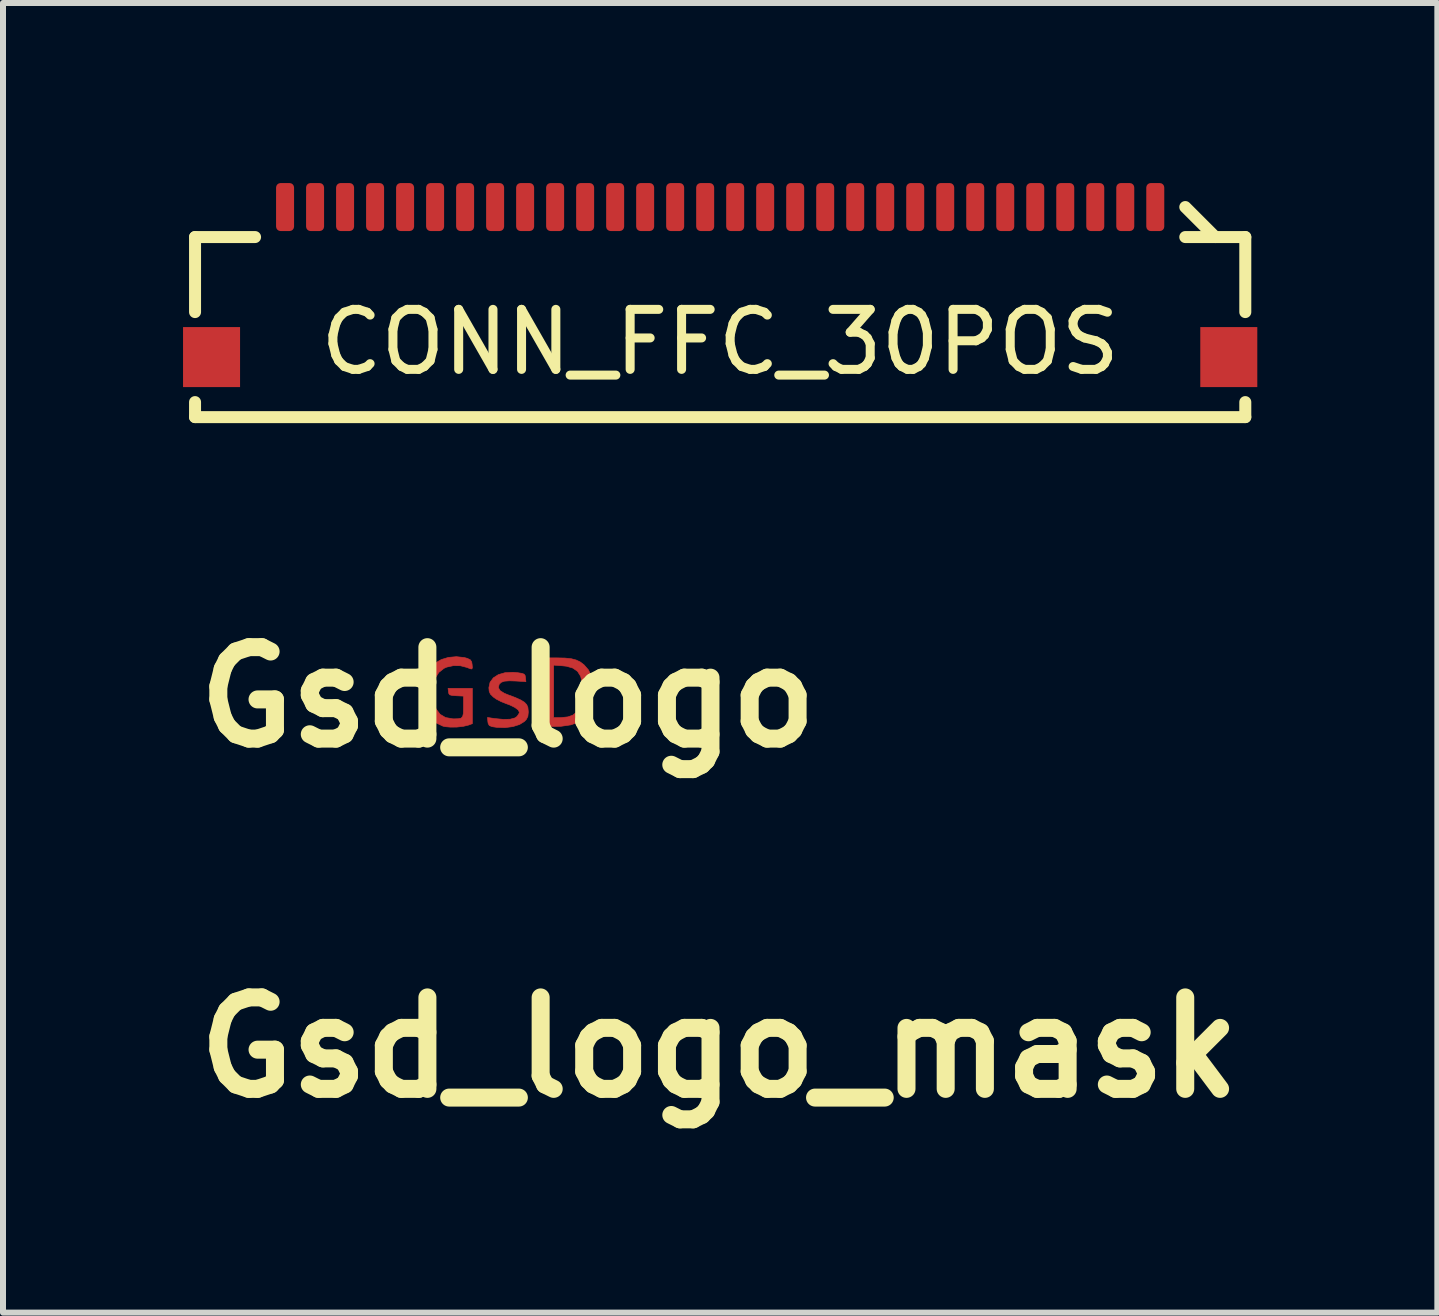
<source format=kicad_pcb>
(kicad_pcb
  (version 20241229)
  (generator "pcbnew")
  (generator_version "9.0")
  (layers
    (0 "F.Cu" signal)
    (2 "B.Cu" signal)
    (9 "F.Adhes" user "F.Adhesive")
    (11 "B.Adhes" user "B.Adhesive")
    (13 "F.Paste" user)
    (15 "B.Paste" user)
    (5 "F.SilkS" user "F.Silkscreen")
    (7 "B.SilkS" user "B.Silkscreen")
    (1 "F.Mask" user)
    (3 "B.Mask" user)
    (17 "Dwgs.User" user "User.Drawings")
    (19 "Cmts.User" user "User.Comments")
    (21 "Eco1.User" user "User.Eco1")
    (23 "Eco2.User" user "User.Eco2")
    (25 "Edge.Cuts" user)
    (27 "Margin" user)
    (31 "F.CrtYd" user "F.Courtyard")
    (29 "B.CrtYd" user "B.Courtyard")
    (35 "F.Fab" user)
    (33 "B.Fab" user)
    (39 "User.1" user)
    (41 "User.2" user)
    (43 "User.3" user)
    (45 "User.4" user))
  (footprint "Gsd_logo_mask"
    (layer "F.Cu")
    (at 8.934 14.404)
    (property "Reference" "Gsd_logo_mask" (at 0 0 0) (layer "F.SilkS") (effects (font (size 1.524 1.524) (thickness 0.3))))
    (attr through_hole)
    (fp_poly (pts (xy 0.799 -0.677) (xy 0.966 -0.671) (xy 1.097 -0.653) (xy 1.2 -0.618) (xy 1.281 -0.566) (xy 1.345 -0.492) (xy 1.375 -0.444) (xy 1.402 -0.388) (xy 1.419 -0.329) (xy 1.429 -0.253) (xy 1.436 -0.148) (xy 1.436 -0.145) (xy 1.435 0.01) (xy 1.418 0.133) (xy 1.381 0.232) (xy 1.323 0.315) (xy 1.296 0.343) (xy 1.227 0.404) (xy 1.163 0.447) (xy 1.092 0.475) (xy 1.005 0.492) (xy 0.891 0.501) (xy 0.82 0.504) (xy 0.572 0.512) (xy 0.572 0.345) (xy 0.762 0.345) (xy 0.892 0.333) (xy 0.986 0.317) (xy 1.058 0.292) (xy 1.076 0.281) (xy 1.137 0.231) (xy 1.177 0.18) (xy 1.201 0.119) (xy 1.214 0.037) (xy 1.217 -0.075) (xy 1.217 -0.092) (xy 1.211 -0.233) (xy 1.19 -0.338) (xy 1.149 -0.412) (xy 1.086 -0.461) (xy 0.995 -0.49) (xy 0.9 -0.503) (xy 0.762 -0.514) (xy 0.762 0.345) (xy 0.572 0.345) (xy 0.572 -0.677) (xy 0.799 -0.677)) (stroke (width 0.01) (type solid)) (fill yes) (layer "F.Mask"))
    (fp_poly (pts (xy -0.71 -0.685) (xy -0.667 -0.674) (xy -0.618 -0.655) (xy -0.592 -0.633) (xy -0.58 -0.595) (xy -0.576 -0.533) (xy -0.569 -0.421) (xy -0.639 -0.458) (xy -0.718 -0.485) (xy -0.831 -0.496) (xy -0.861 -0.497) (xy -0.973 -0.49) (xy -1.055 -0.464) (xy -1.118 -0.413) (xy -1.172 -0.332) (xy -1.18 -0.317) (xy -1.216 -0.215) (xy -1.229 -0.099) (xy -1.223 0.019) (xy -1.197 0.13) (xy -1.154 0.222) (xy -1.095 0.285) (xy -1.093 0.286) (xy -1.018 0.318) (xy -0.925 0.335) (xy -0.836 0.334) (xy -0.816 0.33) (xy -0.789 0.321) (xy -0.772 0.304) (xy -0.765 0.269) (xy -0.762 0.207) (xy -0.762 0.158) (xy -0.762 0) (xy -0.995 0) (xy -0.995 -0.169) (xy -0.572 -0.169) (xy -0.572 0.46) (xy -0.695 0.495) (xy -0.814 0.519) (xy -0.936 0.527) (xy -1.043 0.518) (xy -1.08 0.509) (xy -1.212 0.45) (xy -1.314 0.363) (xy -1.386 0.246) (xy -1.428 0.099) (xy -1.442 -0.074) (xy -1.428 -0.247) (xy -1.387 -0.391) (xy -1.315 -0.508) (xy -1.213 -0.601) (xy -1.171 -0.628) (xy -1.074 -0.667) (xy -0.954 -0.691) (xy -0.827 -0.698) (xy -0.71 -0.685)) (stroke (width 0.01) (type solid)) (fill yes) (layer "F.Mask"))
    (fp_poly (pts (xy 0.155 -0.43) (xy 0.307 -0.413) (xy 0.32 -0.216) (xy 0.239 -0.234) (xy 0.151 -0.248) (xy 0.059 -0.253) (xy -0.024 -0.248) (xy -0.082 -0.234) (xy -0.086 -0.232) (xy -0.12 -0.194) (xy -0.123 -0.146) (xy -0.101 -0.11) (xy -0.068 -0.093) (xy -0.008 -0.069) (xy 0.068 -0.043) (xy 0.072 -0.041) (xy 0.179 0.002) (xy 0.267 0.053) (xy 0.295 0.075) (xy 0.342 0.125) (xy 0.365 0.171) (xy 0.37 0.234) (xy 0.37 0.243) (xy 0.366 0.309) (xy 0.347 0.355) (xy 0.304 0.403) (xy 0.293 0.413) (xy 0.228 0.461) (xy 0.157 0.498) (xy 0.134 0.506) (xy 0.052 0.52) (xy -0.054 0.526) (xy -0.167 0.523) (xy -0.271 0.511) (xy -0.275 0.511) (xy -0.32 0.5) (xy -0.342 0.481) (xy -0.352 0.441) (xy -0.356 0.394) (xy -0.358 0.333) (xy -0.353 0.306) (xy -0.336 0.303) (xy -0.324 0.307) (xy -0.278 0.318) (xy -0.204 0.327) (xy -0.115 0.333) (xy -0.026 0.337) (xy 0.048 0.336) (xy 0.092 0.331) (xy 0.142 0.303) (xy 0.159 0.262) (xy 0.138 0.216) (xy 0.133 0.21) (xy 0.095 0.186) (xy 0.029 0.156) (xy -0.049 0.127) (xy -0.053 0.126) (xy -0.18 0.074) (xy -0.269 0.013) (xy -0.321 -0.061) (xy -0.339 -0.149) (xy -0.339 -0.155) (xy -0.32 -0.255) (xy -0.266 -0.334) (xy -0.181 -0.393) (xy -0.067 -0.427) (xy 0.071 -0.437) (xy 0.155 -0.43)) (stroke (width 0.01) (type solid)) (fill yes) (layer "F.Mask")))
  (footprint "CONN_FFC_30POS"
    (layer "F.Cu")
    (at 8.95 3.9)
    (property "Reference" "CONN_FFC_30POS" (at 0 -1.25 0) (layer "F.SilkS") (effects (font (size 1 1) (thickness 0.15))))
    (attr through_hole)
    (fp_line (start -8.75 -3) (end -7.75 -3) (stroke (width 0.2) (type solid)) (layer "F.SilkS"))
    (fp_line (start -8.75 -1.75) (end -8.75 -3) (stroke (width 0.2) (type solid)) (layer "F.SilkS"))
    (fp_line (start -8.75 -0.25) (end -8.75 0) (stroke (width 0.2) (type solid)) (layer "F.SilkS"))
    (fp_line (start -8.75 0) (end 8.75 0) (stroke (width 0.2) (type solid)) (layer "F.SilkS"))
    (fp_line (start 7.75 -3) (end 8.75 -3) (stroke (width 0.2) (type solid)) (layer "F.SilkS"))
    (fp_line (start 8.25 -3) (end 7.75 -3.5) (stroke (width 0.2) (type solid)) (layer "F.SilkS"))
    (fp_line (start 8.75 -3) (end 8.75 -1.75) (stroke (width 0.2) (type solid)) (layer "F.SilkS"))
    (fp_line (start 8.75 0) (end 8.75 -0.25) (stroke (width 0.2) (type solid)) (layer "F.SilkS"))
    (pad "1" smd roundrect (at 7.25 -3.5 180) (size 0.3 0.8) (layers "F.Cu" "F.Mask" "F.Paste") (roundrect_rratio 0.25))
    (pad "2" smd roundrect (at 6.75 -3.5 180) (size 0.3 0.8) (layers "F.Cu" "F.Mask" "F.Paste") (roundrect_rratio 0.25))
    (pad "3" smd roundrect (at 6.25 -3.5 180) (size 0.3 0.8) (layers "F.Cu" "F.Mask" "F.Paste") (roundrect_rratio 0.25))
    (pad "4" smd roundrect (at 5.75 -3.5 180) (size 0.3 0.8) (layers "F.Cu" "F.Mask" "F.Paste") (roundrect_rratio 0.25))
    (pad "5" smd roundrect (at 5.25 -3.5 180) (size 0.3 0.8) (layers "F.Cu" "F.Mask" "F.Paste") (roundrect_rratio 0.25))
    (pad "6" smd roundrect (at 4.75 -3.5 180) (size 0.3 0.8) (layers "F.Cu" "F.Mask" "F.Paste") (roundrect_rratio 0.25))
    (pad "7" smd roundrect (at 4.25 -3.5 180) (size 0.3 0.8) (layers "F.Cu" "F.Mask" "F.Paste") (roundrect_rratio 0.25))
    (pad "8" smd roundrect (at 3.75 -3.5 180) (size 0.3 0.8) (layers "F.Cu" "F.Mask" "F.Paste") (roundrect_rratio 0.25))
    (pad "9" smd roundrect (at 3.25 -3.5 180) (size 0.3 0.8) (layers "F.Cu" "F.Mask" "F.Paste") (roundrect_rratio 0.25))
    (pad "10" smd roundrect (at 2.75 -3.5 180) (size 0.3 0.8) (layers "F.Cu" "F.Mask" "F.Paste") (roundrect_rratio 0.25))
    (pad "11" smd roundrect (at 2.25 -3.5 180) (size 0.3 0.8) (layers "F.Cu" "F.Mask" "F.Paste") (roundrect_rratio 0.25))
    (pad "12" smd roundrect (at 1.75 -3.5 180) (size 0.3 0.8) (layers "F.Cu" "F.Mask" "F.Paste") (roundrect_rratio 0.25))
    (pad "13" smd roundrect (at 1.25 -3.5 180) (size 0.3 0.8) (layers "F.Cu" "F.Mask" "F.Paste") (roundrect_rratio 0.25))
    (pad "14" smd roundrect (at 0.75 -3.5 180) (size 0.3 0.8) (layers "F.Cu" "F.Mask" "F.Paste") (roundrect_rratio 0.25))
    (pad "15" smd roundrect (at 0.25 -3.5 180) (size 0.3 0.8) (layers "F.Cu" "F.Mask" "F.Paste") (roundrect_rratio 0.25))
    (pad "16" smd roundrect (at -0.25 -3.5 180) (size 0.3 0.8) (layers "F.Cu" "F.Mask" "F.Paste") (roundrect_rratio 0.25))
    (pad "17" smd roundrect (at -0.75 -3.5 180) (size 0.3 0.8) (layers "F.Cu" "F.Mask" "F.Paste") (roundrect_rratio 0.25))
    (pad "18" smd roundrect (at -1.25 -3.5 180) (size 0.3 0.8) (layers "F.Cu" "F.Mask" "F.Paste") (roundrect_rratio 0.25))
    (pad "19" smd roundrect (at -1.75 -3.5 180) (size 0.3 0.8) (layers "F.Cu" "F.Mask" "F.Paste") (roundrect_rratio 0.25))
    (pad "20" smd roundrect (at -2.25 -3.5 180) (size 0.3 0.8) (layers "F.Cu" "F.Mask" "F.Paste") (roundrect_rratio 0.25))
    (pad "21" smd roundrect (at -2.75 -3.5 180) (size 0.3 0.8) (layers "F.Cu" "F.Mask" "F.Paste") (roundrect_rratio 0.25))
    (pad "22" smd roundrect (at -3.25 -3.5 180) (size 0.3 0.8) (layers "F.Cu" "F.Mask" "F.Paste") (roundrect_rratio 0.25))
    (pad "23" smd roundrect (at -3.75 -3.5 180) (size 0.3 0.8) (layers "F.Cu" "F.Mask" "F.Paste") (roundrect_rratio 0.25))
    (pad "24" smd roundrect (at -4.25 -3.5 180) (size 0.3 0.8) (layers "F.Cu" "F.Mask" "F.Paste") (roundrect_rratio 0.25))
    (pad "25" smd roundrect (at -4.75 -3.5 180) (size 0.3 0.8) (layers "F.Cu" "F.Mask" "F.Paste") (roundrect_rratio 0.25))
    (pad "26" smd roundrect (at -5.25 -3.5 180) (size 0.3 0.8) (layers "F.Cu" "F.Mask" "F.Paste") (roundrect_rratio 0.25))
    (pad "27" smd roundrect (at -5.75 -3.5 180) (size 0.3 0.8) (layers "F.Cu" "F.Mask" "F.Paste") (roundrect_rratio 0.25))
    (pad "28" smd roundrect (at -6.25 -3.5 180) (size 0.3 0.8) (layers "F.Cu" "F.Mask" "F.Paste") (roundrect_rratio 0.25))
    (pad "29" smd roundrect (at -6.75 -3.5 180) (size 0.3 0.8) (layers "F.Cu" "F.Mask" "F.Paste") (roundrect_rratio 0.25))
    (pad "30" smd roundrect (at -7.25 -3.5 180) (size 0.3 0.8) (layers "F.Cu" "F.Mask" "F.Paste") (roundrect_rratio 0.25))
    (pad "31" smd rect (at -8.475 -1) (size 0.95 1) (layers "F.Cu" "F.Mask" "F.Paste"))
    (pad "31" smd rect (at 8.475 -1) (size 0.95 1) (layers "F.Cu" "F.Mask" "F.Paste")))
  (footprint "Gsd_logo"
    (layer "F.Cu")
    (at 5.414 8.568)
    (property "Reference" "Gsd_logo" (at 0 0 0) (layer "F.SilkS") (effects (font (size 1.524 1.524) (thickness 0.3))))
    (attr through_hole)
    (fp_poly (pts (xy 0.81 -0.656) (xy 0.949 -0.653) (xy 1.055 -0.642) (xy 1.138 -0.62) (xy 1.206 -0.587) (xy 1.27 -0.538) (xy 1.27 -0.537) (xy 1.34 -0.457) (xy 1.386 -0.362) (xy 1.41 -0.245) (xy 1.415 -0.097) (xy 1.414 -0.056) (xy 1.394 0.107) (xy 1.35 0.238) (xy 1.279 0.339) (xy 1.18 0.413) (xy 1.049 0.46) (xy 0.885 0.484) (xy 0.78 0.487) (xy 0.593 0.487) (xy 0.593 0.339) (xy 0.762 0.339) (xy 0.884 0.339) (xy 0.999 0.327) (xy 1.079 0.299) (xy 1.161 0.234) (xy 1.215 0.138) (xy 1.244 0.01) (xy 1.249 -0.088) (xy 1.24 -0.236) (xy 1.211 -0.35) (xy 1.159 -0.432) (xy 1.081 -0.486) (xy 0.975 -0.517) (xy 0.908 -0.524) (xy 0.762 -0.535) (xy 0.762 0.339) (xy 0.593 0.339) (xy 0.593 -0.656) (xy 0.81 -0.656)) (stroke (width 0.01) (type solid)) (fill yes) (layer "F.Cu"))
    (fp_poly (pts (xy -0.73 -0.662) (xy -0.677 -0.648) (xy -0.626 -0.623) (xy -0.604 -0.588) (xy -0.597 -0.543) (xy -0.593 -0.492) (xy -0.601 -0.471) (xy -0.629 -0.475) (xy -0.685 -0.497) (xy -0.793 -0.525) (xy -0.911 -0.526) (xy -1.021 -0.502) (xy -1.067 -0.481) (xy -1.152 -0.414) (xy -1.209 -0.323) (xy -1.241 -0.204) (xy -1.249 -0.077) (xy -1.236 0.076) (xy -1.197 0.197) (xy -1.131 0.284) (xy -1.04 0.338) (xy -0.922 0.359) (xy -0.902 0.36) (xy -0.828 0.358) (xy -0.78 0.348) (xy -0.755 0.321) (xy -0.743 0.269) (xy -0.741 0.186) (xy -0.741 0.158) (xy -0.741 -0.019) (xy -0.863 -0.025) (xy -0.931 -0.03) (xy -0.969 -0.04) (xy -0.985 -0.059) (xy -0.991 -0.09) (xy -0.998 -0.148) (xy -0.593 -0.148) (xy -0.593 0.44) (xy -0.661 0.465) (xy -0.746 0.485) (xy -0.851 0.497) (xy -0.958 0.498) (xy -1.049 0.49) (xy -1.085 0.481) (xy -1.209 0.422) (xy -1.302 0.335) (xy -1.367 0.218) (xy -1.405 0.071) (xy -1.414 -0.024) (xy -1.409 -0.202) (xy -1.374 -0.352) (xy -1.308 -0.474) (xy -1.21 -0.57) (xy -1.111 -0.628) (xy -0.993 -0.664) (xy -0.859 -0.676) (xy -0.73 -0.662)) (stroke (width 0.01) (type solid)) (fill yes) (layer "F.Cu"))
    (fp_poly (pts (xy 0.163 -0.409) (xy 0.232 -0.398) (xy 0.269 -0.385) (xy 0.286 -0.363) (xy 0.292 -0.326) (xy 0.292 -0.326) (xy 0.299 -0.26) (xy 0.14 -0.27) (xy 0.024 -0.274) (xy -0.058 -0.268) (xy -0.112 -0.249) (xy -0.145 -0.217) (xy -0.148 -0.211) (xy -0.159 -0.159) (xy -0.132 -0.111) (xy -0.064 -0.068) (xy -0.005 -0.043) (xy 0.121 0.004) (xy 0.212 0.045) (xy 0.274 0.083) (xy 0.312 0.123) (xy 0.332 0.169) (xy 0.338 0.228) (xy 0.339 0.25) (xy 0.332 0.319) (xy 0.306 0.37) (xy 0.276 0.402) (xy 0.193 0.454) (xy 0.082 0.489) (xy -0.048 0.506) (xy -0.184 0.502) (xy -0.265 0.49) (xy -0.31 0.472) (xy -0.33 0.437) (xy -0.335 0.406) (xy -0.341 0.337) (xy -0.229 0.354) (xy -0.078 0.369) (xy 0.038 0.366) (xy 0.118 0.344) (xy 0.152 0.319) (xy 0.18 0.278) (xy 0.191 0.252) (xy 0.171 0.212) (xy 0.115 0.17) (xy 0.029 0.128) (xy -0.031 0.106) (xy -0.116 0.072) (xy -0.195 0.031) (xy -0.245 -0.005) (xy -0.293 -0.053) (xy -0.313 -0.101) (xy -0.318 -0.159) (xy -0.298 -0.25) (xy -0.244 -0.323) (xy -0.16 -0.377) (xy -0.049 -0.409) (xy 0.083 -0.416) (xy 0.163 -0.409)) (stroke (width 0.01) (type solid)) (fill yes) (layer "F.Cu"))
    (fp_poly (pts (xy 0.799 -0.677) (xy 0.966 -0.671) (xy 1.097 -0.653) (xy 1.2 -0.618) (xy 1.281 -0.566) (xy 1.345 -0.492) (xy 1.375 -0.444) (xy 1.402 -0.388) (xy 1.419 -0.329) (xy 1.429 -0.253) (xy 1.436 -0.148) (xy 1.436 -0.145) (xy 1.435 0.01) (xy 1.418 0.133) (xy 1.381 0.232) (xy 1.323 0.315) (xy 1.296 0.343) (xy 1.227 0.404) (xy 1.163 0.447) (xy 1.092 0.475) (xy 1.005 0.492) (xy 0.891 0.501) (xy 0.82 0.504) (xy 0.572 0.512) (xy 0.572 0.345) (xy 0.762 0.345) (xy 0.892 0.333) (xy 0.986 0.317) (xy 1.058 0.292) (xy 1.076 0.281) (xy 1.137 0.231) (xy 1.177 0.18) (xy 1.201 0.119) (xy 1.214 0.037) (xy 1.217 -0.075) (xy 1.217 -0.092) (xy 1.211 -0.233) (xy 1.19 -0.338) (xy 1.149 -0.412) (xy 1.086 -0.461) (xy 0.995 -0.49) (xy 0.9 -0.503) (xy 0.762 -0.514) (xy 0.762 0.345) (xy 0.572 0.345) (xy 0.572 -0.677) (xy 0.799 -0.677)) (stroke (width 0.01) (type solid)) (fill yes) (layer "F.Mask"))
    (fp_poly (pts (xy -0.71 -0.685) (xy -0.667 -0.674) (xy -0.618 -0.655) (xy -0.592 -0.633) (xy -0.58 -0.595) (xy -0.576 -0.533) (xy -0.569 -0.421) (xy -0.639 -0.458) (xy -0.718 -0.485) (xy -0.831 -0.496) (xy -0.861 -0.497) (xy -0.973 -0.49) (xy -1.055 -0.464) (xy -1.118 -0.413) (xy -1.172 -0.332) (xy -1.18 -0.317) (xy -1.216 -0.215) (xy -1.229 -0.099) (xy -1.223 0.019) (xy -1.197 0.13) (xy -1.154 0.222) (xy -1.095 0.285) (xy -1.093 0.286) (xy -1.018 0.318) (xy -0.925 0.335) (xy -0.836 0.334) (xy -0.816 0.33) (xy -0.789 0.321) (xy -0.772 0.304) (xy -0.765 0.269) (xy -0.762 0.207) (xy -0.762 0.158) (xy -0.762 0) (xy -0.995 0) (xy -0.995 -0.169) (xy -0.572 -0.169) (xy -0.572 0.46) (xy -0.695 0.495) (xy -0.814 0.519) (xy -0.936 0.527) (xy -1.043 0.518) (xy -1.08 0.509) (xy -1.212 0.45) (xy -1.314 0.363) (xy -1.386 0.246) (xy -1.428 0.099) (xy -1.442 -0.074) (xy -1.428 -0.247) (xy -1.387 -0.391) (xy -1.315 -0.508) (xy -1.213 -0.601) (xy -1.171 -0.628) (xy -1.074 -0.667) (xy -0.954 -0.691) (xy -0.827 -0.698) (xy -0.71 -0.685)) (stroke (width 0.01) (type solid)) (fill yes) (layer "F.Mask"))
    (fp_poly (pts (xy 0.155 -0.43) (xy 0.307 -0.413) (xy 0.32 -0.216) (xy 0.239 -0.234) (xy 0.151 -0.248) (xy 0.059 -0.253) (xy -0.024 -0.248) (xy -0.082 -0.234) (xy -0.086 -0.232) (xy -0.12 -0.194) (xy -0.123 -0.146) (xy -0.101 -0.11) (xy -0.068 -0.093) (xy -0.008 -0.069) (xy 0.068 -0.043) (xy 0.072 -0.041) (xy 0.179 0.002) (xy 0.267 0.053) (xy 0.295 0.075) (xy 0.342 0.125) (xy 0.365 0.171) (xy 0.37 0.234) (xy 0.37 0.243) (xy 0.366 0.309) (xy 0.347 0.355) (xy 0.304 0.403) (xy 0.293 0.413) (xy 0.228 0.461) (xy 0.157 0.498) (xy 0.134 0.506) (xy 0.052 0.52) (xy -0.054 0.526) (xy -0.167 0.523) (xy -0.271 0.511) (xy -0.275 0.511) (xy -0.32 0.5) (xy -0.342 0.481) (xy -0.352 0.441) (xy -0.356 0.394) (xy -0.358 0.333) (xy -0.353 0.306) (xy -0.336 0.303) (xy -0.324 0.307) (xy -0.278 0.318) (xy -0.204 0.327) (xy -0.115 0.333) (xy -0.026 0.337) (xy 0.048 0.336) (xy 0.092 0.331) (xy 0.142 0.303) (xy 0.159 0.262) (xy 0.138 0.216) (xy 0.133 0.21) (xy 0.095 0.186) (xy 0.029 0.156) (xy -0.049 0.127) (xy -0.053 0.126) (xy -0.18 0.074) (xy -0.269 0.013) (xy -0.321 -0.061) (xy -0.339 -0.149) (xy -0.339 -0.155) (xy -0.32 -0.255) (xy -0.266 -0.334) (xy -0.181 -0.393) (xy -0.067 -0.427) (xy 0.071 -0.437) (xy 0.155 -0.43)) (stroke (width 0.01) (type solid)) (fill yes) (layer "F.Mask")))
  (gr_rect
    (start -3 -3)
    (end 20.9 18.822)
    (stroke (width 0.1) (type default))
    (fill no)
    (layer "Edge.Cuts")))
</source>
